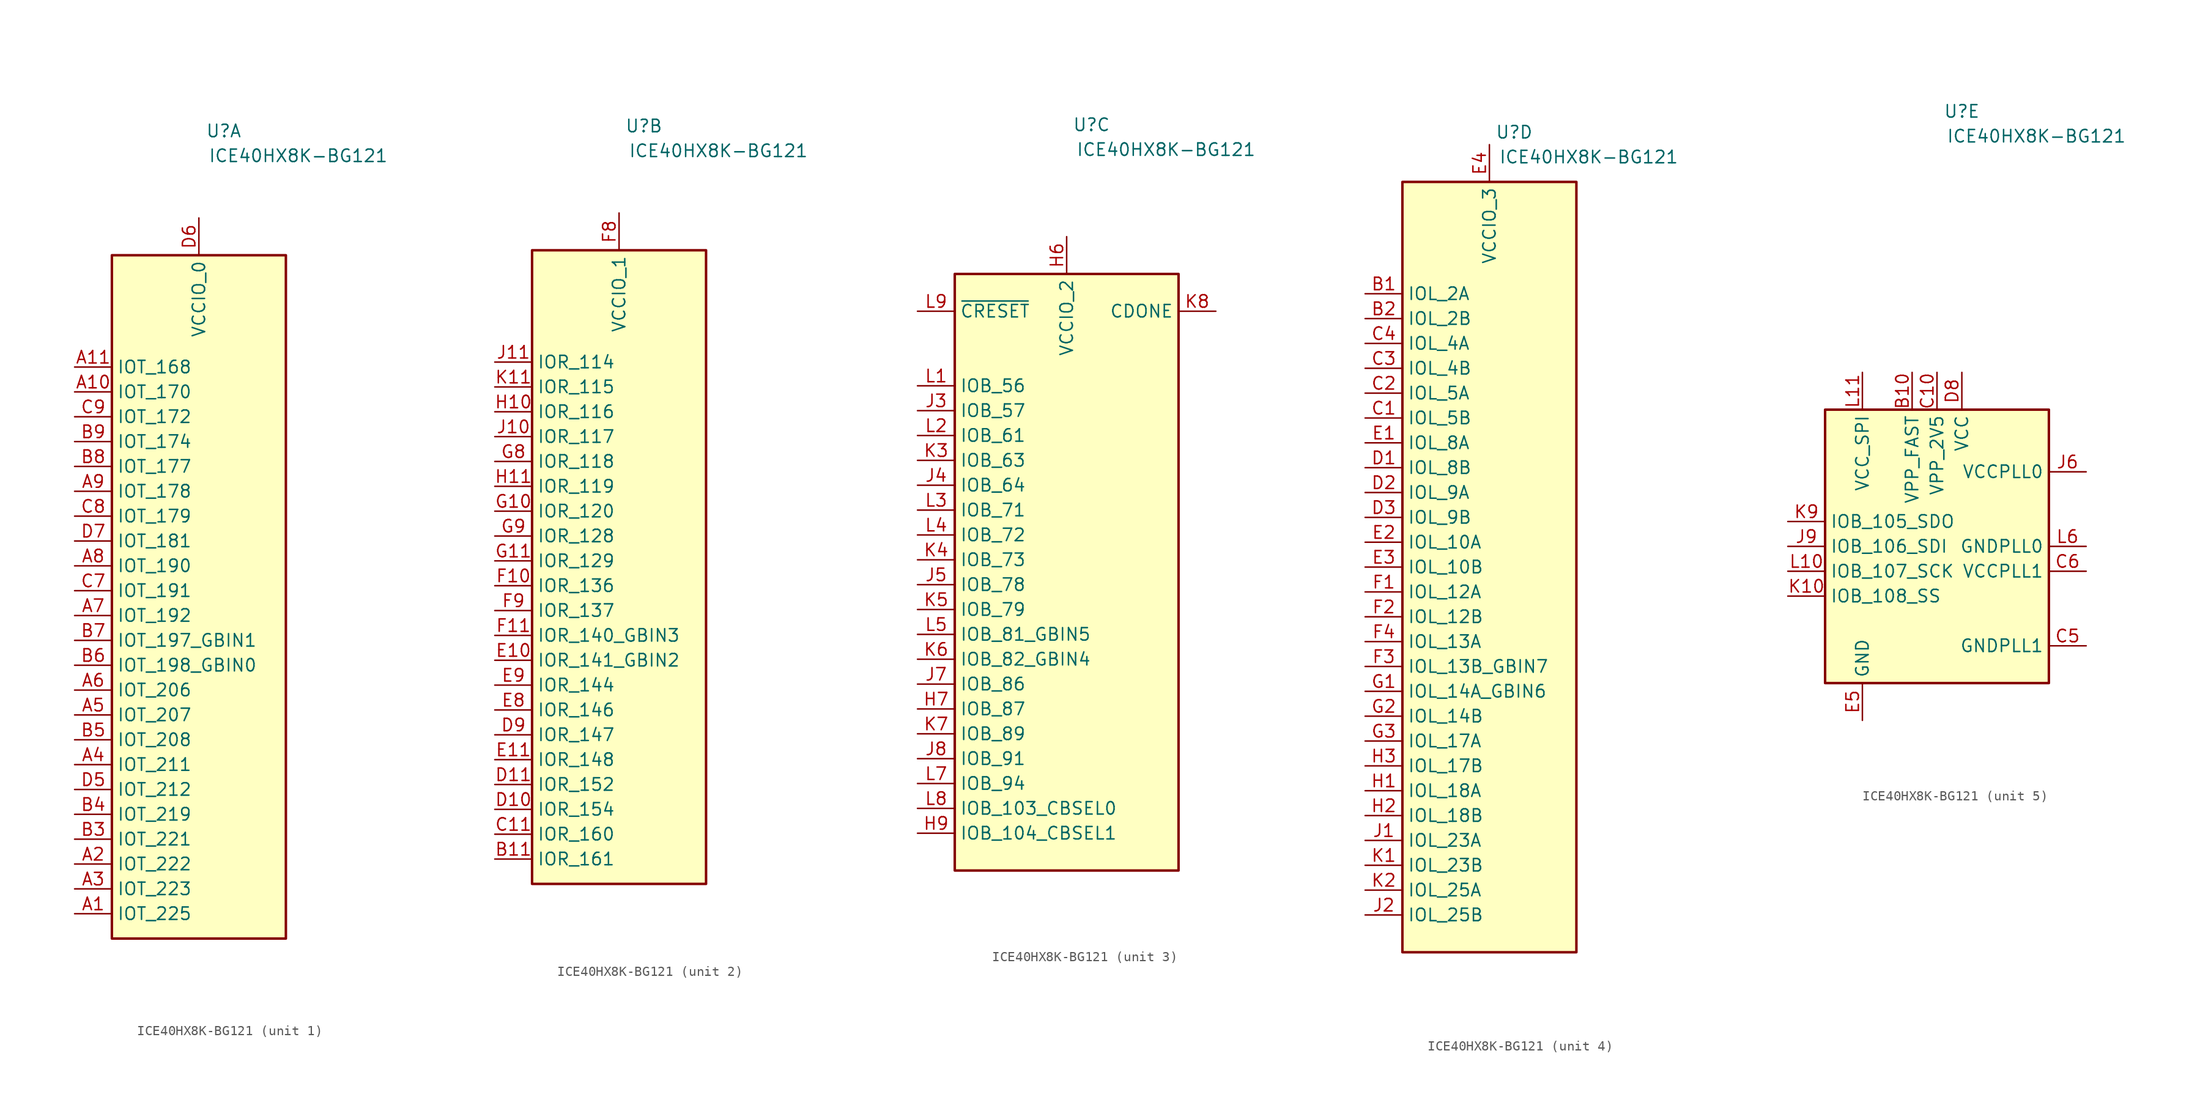
<source format=kicad_sym>
(kicad_symbol_lib
  (version 20241209)
  (generator "kicad_symbol_editor")
  (generator_version "9.0")
  (symbol "ICE40HX8K-BG121"
    (property "Reference" "U"
      (at 2.54 44.45 0)
      (effects (font (size 1.27 1.27))))
    (property "Value" "ICE40HX8K-BG121"
      (at 10.16 41.91 0)
      (effects (font (size 1.27 1.27))))
    (property "ki_locked" ""
      (at 0 0 0)
      (effects (font (size 1.27 1.27))))
    (symbol "ICE40HX8K-BG121_1_1"
      (rectangle (start -8.89 31.75) (end 8.89 -38.1) (stroke (width 0.254) (type default)) (fill (type background)))
      (pin bidirectional line (at -12.7 20.32 0) (length 3.81) (name "IOT_168" (effects (font (size 1.27 1.27)))) (number "A11" (effects (font (size 1.27 1.27)))))
      (pin bidirectional line (at -12.7 17.78 0) (length 3.81) (name "IOT_170" (effects (font (size 1.27 1.27)))) (number "A10" (effects (font (size 1.27 1.27)))))
      (pin bidirectional line (at -12.7 15.24 0) (length 3.81) (name "IOT_172" (effects (font (size 1.27 1.27)))) (number "C9" (effects (font (size 1.27 1.27)))))
      (pin bidirectional line (at -12.7 12.7 0) (length 3.81) (name "IOT_174" (effects (font (size 1.27 1.27)))) (number "B9" (effects (font (size 1.27 1.27)))))
      (pin bidirectional line (at -12.7 10.16 0) (length 3.81) (name "IOT_177" (effects (font (size 1.27 1.27)))) (number "B8" (effects (font (size 1.27 1.27)))))
      (pin bidirectional line (at -12.7 7.62 0) (length 3.81) (name "IOT_178" (effects (font (size 1.27 1.27)))) (number "A9" (effects (font (size 1.27 1.27)))))
      (pin bidirectional line (at -12.7 5.08 0) (length 3.81) (name "IOT_179" (effects (font (size 1.27 1.27)))) (number "C8" (effects (font (size 1.27 1.27)))))
      (pin bidirectional line (at -12.7 2.54 0) (length 3.81) (name "IOT_181" (effects (font (size 1.27 1.27)))) (number "D7" (effects (font (size 1.27 1.27)))))
      (pin bidirectional line (at -12.7 0 0) (length 3.81) (name "IOT_190" (effects (font (size 1.27 1.27)))) (number "A8" (effects (font (size 1.27 1.27)))))
      (pin bidirectional line (at -12.7 -2.54 0) (length 3.81) (name "IOT_191" (effects (font (size 1.27 1.27)))) (number "C7" (effects (font (size 1.27 1.27)))))
      (pin bidirectional line (at -12.7 -5.08 0) (length 3.81) (name "IOT_192" (effects (font (size 1.27 1.27)))) (number "A7" (effects (font (size 1.27 1.27)))))
      (pin bidirectional line (at -12.7 -7.62 0) (length 3.81) (name "IOT_197_GBIN1" (effects (font (size 1.27 1.27)))) (number "B7" (effects (font (size 1.27 1.27)))))
      (pin bidirectional line (at -12.7 -10.16 0) (length 3.81) (name "IOT_198_GBIN0" (effects (font (size 1.27 1.27)))) (number "B6" (effects (font (size 1.27 1.27)))))
      (pin bidirectional line (at -12.7 -12.7 0) (length 3.81) (name "IOT_206" (effects (font (size 1.27 1.27)))) (number "A6" (effects (font (size 1.27 1.27)))))
      (pin bidirectional line (at -12.7 -15.24 0) (length 3.81) (name "IOT_207" (effects (font (size 1.27 1.27)))) (number "A5" (effects (font (size 1.27 1.27)))))
      (pin bidirectional line (at -12.7 -17.78 0) (length 3.81) (name "IOT_208" (effects (font (size 1.27 1.27)))) (number "B5" (effects (font (size 1.27 1.27)))))
      (pin bidirectional line (at -12.7 -20.32 0) (length 3.81) (name "IOT_211" (effects (font (size 1.27 1.27)))) (number "A4" (effects (font (size 1.27 1.27)))))
      (pin bidirectional line (at -12.7 -22.86 0) (length 3.81) (name "IOT_212" (effects (font (size 1.27 1.27)))) (number "D5" (effects (font (size 1.27 1.27)))))
      (pin bidirectional line (at -12.7 -25.4 0) (length 3.81) (name "IOT_219" (effects (font (size 1.27 1.27)))) (number "B4" (effects (font (size 1.27 1.27)))))
      (pin bidirectional line (at -12.7 -27.94 0) (length 3.81) (name "IOT_221" (effects (font (size 1.27 1.27)))) (number "B3" (effects (font (size 1.27 1.27)))))
      (pin bidirectional line (at -12.7 -30.48 0) (length 3.81) (name "IOT_222" (effects (font (size 1.27 1.27)))) (number "A2" (effects (font (size 1.27 1.27)))))
      (pin bidirectional line (at -12.7 -33.02 0) (length 3.81) (name "IOT_223" (effects (font (size 1.27 1.27)))) (number "A3" (effects (font (size 1.27 1.27)))))
      (pin bidirectional line (at -12.7 -35.56 0) (length 3.81) (name "IOT_225" (effects (font (size 1.27 1.27)))) (number "A1" (effects (font (size 1.27 1.27)))))
      (pin power_in line (at 0 35.56 270) (length 3.81) (name "VCCIO_0" (effects (font (size 1.27 1.27)))) (number "D6" (effects (font (size 1.27 1.27))))))
    (symbol "ICE40HX8K-BG121_2_1"
      (rectangle (start -8.89 31.75) (end 8.89 -33.02) (stroke (width 0.254) (type default)) (fill (type background)))
      (pin bidirectional line (at -12.7 20.32 0) (length 3.81) (name "IOR_114" (effects (font (size 1.27 1.27)))) (number "J11" (effects (font (size 1.27 1.27)))))
      (pin bidirectional line (at -12.7 17.78 0) (length 3.81) (name "IOR_115" (effects (font (size 1.27 1.27)))) (number "K11" (effects (font (size 1.27 1.27)))))
      (pin bidirectional line (at -12.7 15.24 0) (length 3.81) (name "IOR_116" (effects (font (size 1.27 1.27)))) (number "H10" (effects (font (size 1.27 1.27)))))
      (pin bidirectional line (at -12.7 12.7 0) (length 3.81) (name "IOR_117" (effects (font (size 1.27 1.27)))) (number "J10" (effects (font (size 1.27 1.27)))))
      (pin bidirectional line (at -12.7 10.16 0) (length 3.81) (name "IOR_118" (effects (font (size 1.27 1.27)))) (number "G8" (effects (font (size 1.27 1.27)))))
      (pin bidirectional line (at -12.7 7.62 0) (length 3.81) (name "IOR_119" (effects (font (size 1.27 1.27)))) (number "H11" (effects (font (size 1.27 1.27)))))
      (pin bidirectional line (at -12.7 5.08 0) (length 3.81) (name "IOR_120" (effects (font (size 1.27 1.27)))) (number "G10" (effects (font (size 1.27 1.27)))))
      (pin bidirectional line (at -12.7 2.54 0) (length 3.81) (name "IOR_128" (effects (font (size 1.27 1.27)))) (number "G9" (effects (font (size 1.27 1.27)))))
      (pin bidirectional line (at -12.7 0 0) (length 3.81) (name "IOR_129" (effects (font (size 1.27 1.27)))) (number "G11" (effects (font (size 1.27 1.27)))))
      (pin bidirectional line (at -12.7 -2.54 0) (length 3.81) (name "IOR_136" (effects (font (size 1.27 1.27)))) (number "F10" (effects (font (size 1.27 1.27)))))
      (pin bidirectional line (at -12.7 -5.08 0) (length 3.81) (name "IOR_137" (effects (font (size 1.27 1.27)))) (number "F9" (effects (font (size 1.27 1.27)))))
      (pin bidirectional line (at -12.7 -7.62 0) (length 3.81) (name "IOR_140_GBIN3" (effects (font (size 1.27 1.27)))) (number "F11" (effects (font (size 1.27 1.27)))))
      (pin bidirectional line (at -12.7 -10.16 0) (length 3.81) (name "IOR_141_GBIN2" (effects (font (size 1.27 1.27)))) (number "E10" (effects (font (size 1.27 1.27)))))
      (pin bidirectional line (at -12.7 -12.7 0) (length 3.81) (name "IOR_144" (effects (font (size 1.27 1.27)))) (number "E9" (effects (font (size 1.27 1.27)))))
      (pin bidirectional line (at -12.7 -15.24 0) (length 3.81) (name "IOR_146" (effects (font (size 1.27 1.27)))) (number "E8" (effects (font (size 1.27 1.27)))))
      (pin bidirectional line (at -12.7 -17.78 0) (length 3.81) (name "IOR_147" (effects (font (size 1.27 1.27)))) (number "D9" (effects (font (size 1.27 1.27)))))
      (pin bidirectional line (at -12.7 -20.32 0) (length 3.81) (name "IOR_148" (effects (font (size 1.27 1.27)))) (number "E11" (effects (font (size 1.27 1.27)))))
      (pin bidirectional line (at -12.7 -22.86 0) (length 3.81) (name "IOR_152" (effects (font (size 1.27 1.27)))) (number "D11" (effects (font (size 1.27 1.27)))))
      (pin bidirectional line (at -12.7 -25.4 0) (length 3.81) (name "IOR_154" (effects (font (size 1.27 1.27)))) (number "D10" (effects (font (size 1.27 1.27)))))
      (pin bidirectional line (at -12.7 -27.94 0) (length 3.81) (name "IOR_160" (effects (font (size 1.27 1.27)))) (number "C11" (effects (font (size 1.27 1.27)))))
      (pin bidirectional line (at -12.7 -30.48 0) (length 3.81) (name "IOR_161" (effects (font (size 1.27 1.27)))) (number "B11" (effects (font (size 1.27 1.27)))))
      (pin power_in line (at 0 35.56 270) (length 3.81) (name "VCCIO_1" (effects (font (size 1.27 1.27)))) (number "F8" (effects (font (size 1.27 1.27))))))
    (symbol "ICE40HX8K-BG121_3_1"
      (rectangle (start -11.43 29.21) (end 11.43 -31.75) (stroke (width 0.254) (type default)) (fill (type background)))
      (pin input line (at -15.24 25.4 0) (length 3.81) (name "~{CRESET}" (effects (font (size 1.27 1.27)))) (number "L9" (effects (font (size 1.27 1.27)))))
      (pin bidirectional line (at -15.24 17.78 0) (length 3.81) (name "IOB_56" (effects (font (size 1.27 1.27)))) (number "L1" (effects (font (size 1.27 1.27)))))
      (pin bidirectional line (at -15.24 15.24 0) (length 3.81) (name "IOB_57" (effects (font (size 1.27 1.27)))) (number "J3" (effects (font (size 1.27 1.27)))))
      (pin bidirectional line (at -15.24 12.7 0) (length 3.81) (name "IOB_61" (effects (font (size 1.27 1.27)))) (number "L2" (effects (font (size 1.27 1.27)))))
      (pin bidirectional line (at -15.24 10.16 0) (length 3.81) (name "IOB_63" (effects (font (size 1.27 1.27)))) (number "K3" (effects (font (size 1.27 1.27)))))
      (pin bidirectional line (at -15.24 7.62 0) (length 3.81) (name "IOB_64" (effects (font (size 1.27 1.27)))) (number "J4" (effects (font (size 1.27 1.27)))))
      (pin bidirectional line (at -15.24 5.08 0) (length 3.81) (name "IOB_71" (effects (font (size 1.27 1.27)))) (number "L3" (effects (font (size 1.27 1.27)))))
      (pin bidirectional line (at -15.24 2.54 0) (length 3.81) (name "IOB_72" (effects (font (size 1.27 1.27)))) (number "L4" (effects (font (size 1.27 1.27)))))
      (pin bidirectional line (at -15.24 0 0) (length 3.81) (name "IOB_73" (effects (font (size 1.27 1.27)))) (number "K4" (effects (font (size 1.27 1.27)))))
      (pin bidirectional line (at -15.24 -2.54 0) (length 3.81) (name "IOB_78" (effects (font (size 1.27 1.27)))) (number "J5" (effects (font (size 1.27 1.27)))))
      (pin bidirectional line (at -15.24 -5.08 0) (length 3.81) (name "IOB_79" (effects (font (size 1.27 1.27)))) (number "K5" (effects (font (size 1.27 1.27)))))
      (pin bidirectional line (at -15.24 -7.62 0) (length 3.81) (name "IOB_81_GBIN5" (effects (font (size 1.27 1.27)))) (number "L5" (effects (font (size 1.27 1.27)))))
      (pin bidirectional line (at -15.24 -10.16 0) (length 3.81) (name "IOB_82_GBIN4" (effects (font (size 1.27 1.27)))) (number "K6" (effects (font (size 1.27 1.27)))))
      (pin bidirectional line (at -15.24 -12.7 0) (length 3.81) (name "IOB_86" (effects (font (size 1.27 1.27)))) (number "J7" (effects (font (size 1.27 1.27)))))
      (pin bidirectional line (at -15.24 -15.24 0) (length 3.81) (name "IOB_87" (effects (font (size 1.27 1.27)))) (number "H7" (effects (font (size 1.27 1.27)))))
      (pin bidirectional line (at -15.24 -17.78 0) (length 3.81) (name "IOB_89" (effects (font (size 1.27 1.27)))) (number "K7" (effects (font (size 1.27 1.27)))))
      (pin bidirectional line (at -15.24 -20.32 0) (length 3.81) (name "IOB_91" (effects (font (size 1.27 1.27)))) (number "J8" (effects (font (size 1.27 1.27)))))
      (pin bidirectional line (at -15.24 -22.86 0) (length 3.81) (name "IOB_94" (effects (font (size 1.27 1.27)))) (number "L7" (effects (font (size 1.27 1.27)))))
      (pin bidirectional line (at -15.24 -25.4 0) (length 3.81) (name "IOB_103_CBSEL0" (effects (font (size 1.27 1.27)))) (number "L8" (effects (font (size 1.27 1.27)))))
      (pin bidirectional line (at -15.24 -27.94 0) (length 3.81) (name "IOB_104_CBSEL1" (effects (font (size 1.27 1.27)))) (number "H9" (effects (font (size 1.27 1.27)))))
      (pin power_in line (at 0 33.02 270) (length 3.81) (name "VCCIO_2" (effects (font (size 1.27 1.27)))) (number "H6" (effects (font (size 1.27 1.27)))))
      (pin open_collector line (at 15.24 25.4 180) (length 3.81) (name "CDONE" (effects (font (size 1.27 1.27)))) (number "K8" (effects (font (size 1.27 1.27))))))
    (symbol "ICE40HX8K-BG121_4_1"
      (rectangle (start -8.89 39.37) (end 8.89 -39.37) (stroke (width 0.254) (type default)) (fill (type background)))
      (pin bidirectional line (at -12.7 27.94 0) (length 3.81) (name "IOL_2A" (effects (font (size 1.27 1.27)))) (number "B1" (effects (font (size 1.27 1.27)))))
      (pin bidirectional line (at -12.7 25.4 0) (length 3.81) (name "IOL_2B" (effects (font (size 1.27 1.27)))) (number "B2" (effects (font (size 1.27 1.27)))))
      (pin bidirectional line (at -12.7 22.86 0) (length 3.81) (name "IOL_4A" (effects (font (size 1.27 1.27)))) (number "C4" (effects (font (size 1.27 1.27)))))
      (pin bidirectional line (at -12.7 20.32 0) (length 3.81) (name "IOL_4B" (effects (font (size 1.27 1.27)))) (number "C3" (effects (font (size 1.27 1.27)))))
      (pin bidirectional line (at -12.7 17.78 0) (length 3.81) (name "IOL_5A" (effects (font (size 1.27 1.27)))) (number "C2" (effects (font (size 1.27 1.27)))))
      (pin bidirectional line (at -12.7 15.24 0) (length 3.81) (name "IOL_5B" (effects (font (size 1.27 1.27)))) (number "C1" (effects (font (size 1.27 1.27)))))
      (pin bidirectional line (at -12.7 12.7 0) (length 3.81) (name "IOL_8A" (effects (font (size 1.27 1.27)))) (number "E1" (effects (font (size 1.27 1.27)))))
      (pin bidirectional line (at -12.7 10.16 0) (length 3.81) (name "IOL_8B" (effects (font (size 1.27 1.27)))) (number "D1" (effects (font (size 1.27 1.27)))))
      (pin bidirectional line (at -12.7 7.62 0) (length 3.81) (name "IOL_9A" (effects (font (size 1.27 1.27)))) (number "D2" (effects (font (size 1.27 1.27)))))
      (pin bidirectional line (at -12.7 5.08 0) (length 3.81) (name "IOL_9B" (effects (font (size 1.27 1.27)))) (number "D3" (effects (font (size 1.27 1.27)))))
      (pin bidirectional line (at -12.7 2.54 0) (length 3.81) (name "IOL_10A" (effects (font (size 1.27 1.27)))) (number "E2" (effects (font (size 1.27 1.27)))))
      (pin bidirectional line (at -12.7 0 0) (length 3.81) (name "IOL_10B" (effects (font (size 1.27 1.27)))) (number "E3" (effects (font (size 1.27 1.27)))))
      (pin bidirectional line (at -12.7 -2.54 0) (length 3.81) (name "IOL_12A" (effects (font (size 1.27 1.27)))) (number "F1" (effects (font (size 1.27 1.27)))))
      (pin bidirectional line (at -12.7 -5.08 0) (length 3.81) (name "IOL_12B" (effects (font (size 1.27 1.27)))) (number "F2" (effects (font (size 1.27 1.27)))))
      (pin bidirectional line (at -12.7 -7.62 0) (length 3.81) (name "IOL_13A" (effects (font (size 1.27 1.27)))) (number "F4" (effects (font (size 1.27 1.27)))))
      (pin bidirectional line (at -12.7 -10.16 0) (length 3.81) (name "IOL_13B_GBIN7" (effects (font (size 1.27 1.27)))) (number "F3" (effects (font (size 1.27 1.27)))))
      (pin bidirectional line (at -12.7 -12.7 0) (length 3.81) (name "IOL_14A_GBIN6" (effects (font (size 1.27 1.27)))) (number "G1" (effects (font (size 1.27 1.27)))))
      (pin bidirectional line (at -12.7 -15.24 0) (length 3.81) (name "IOL_14B" (effects (font (size 1.27 1.27)))) (number "G2" (effects (font (size 1.27 1.27)))))
      (pin bidirectional line (at -12.7 -17.78 0) (length 3.81) (name "IOL_17A" (effects (font (size 1.27 1.27)))) (number "G3" (effects (font (size 1.27 1.27)))))
      (pin bidirectional line (at -12.7 -20.32 0) (length 3.81) (name "IOL_17B" (effects (font (size 1.27 1.27)))) (number "H3" (effects (font (size 1.27 1.27)))))
      (pin bidirectional line (at -12.7 -22.86 0) (length 3.81) (name "IOL_18A" (effects (font (size 1.27 1.27)))) (number "H1" (effects (font (size 1.27 1.27)))))
      (pin bidirectional line (at -12.7 -25.4 0) (length 3.81) (name "IOL_18B" (effects (font (size 1.27 1.27)))) (number "H2" (effects (font (size 1.27 1.27)))))
      (pin bidirectional line (at -12.7 -27.94 0) (length 3.81) (name "IOL_23A" (effects (font (size 1.27 1.27)))) (number "J1" (effects (font (size 1.27 1.27)))))
      (pin bidirectional line (at -12.7 -30.48 0) (length 3.81) (name "IOL_23B" (effects (font (size 1.27 1.27)))) (number "K1" (effects (font (size 1.27 1.27)))))
      (pin bidirectional line (at -12.7 -33.02 0) (length 3.81) (name "IOL_25A" (effects (font (size 1.27 1.27)))) (number "K2" (effects (font (size 1.27 1.27)))))
      (pin bidirectional line (at -12.7 -35.56 0) (length 3.81) (name "IOL_25B" (effects (font (size 1.27 1.27)))) (number "J2" (effects (font (size 1.27 1.27)))))
      (pin power_in line (at 0 43.18 270) (length 3.81) (name "VCCIO_3" (effects (font (size 1.27 1.27)))) (number "E4" (effects (font (size 1.27 1.27)))))
      (pin passive line (at 0 43.18 270) (length 3.81) hide (name "VCCIO_3" (effects (font (size 1.27 1.27)))) (number "G4" (effects (font (size 1.27 1.27))))))
    (symbol "ICE40HX8K-BG121_5_1"
      (rectangle (start -11.43 13.97) (end 11.43 -13.97) (stroke (width 0.254) (type default)) (fill (type background)))
      (pin bidirectional line (at -15.24 2.54 0) (length 3.81) (name "IOB_105_SDO" (effects (font (size 1.27 1.27)))) (number "K9" (effects (font (size 1.27 1.27)))))
      (pin bidirectional line (at -15.24 0 0) (length 3.81) (name "IOB_106_SDI" (effects (font (size 1.27 1.27)))) (number "J9" (effects (font (size 1.27 1.27)))))
      (pin bidirectional line (at -15.24 -2.54 0) (length 3.81) (name "IOB_107_SCK" (effects (font (size 1.27 1.27)))) (number "L10" (effects (font (size 1.27 1.27)))))
      (pin bidirectional line (at -15.24 -5.08 0) (length 3.81) (name "IOB_108_SS" (effects (font (size 1.27 1.27)))) (number "K10" (effects (font (size 1.27 1.27)))))
      (pin power_in line (at -7.62 17.78 270) (length 3.81) (name "VCC_SPI" (effects (font (size 1.27 1.27)))) (number "L11" (effects (font (size 1.27 1.27)))))
      (pin power_in line (at -7.62 -17.78 90) (length 3.81) (name "GND" (effects (font (size 1.27 1.27)))) (number "E5" (effects (font (size 1.27 1.27)))))
      (pin passive line (at -7.62 -17.78 90) (length 3.81) hide (name "GND" (effects (font (size 1.27 1.27)))) (number "E6" (effects (font (size 1.27 1.27)))))
      (pin passive line (at -7.62 -17.78 90) (length 3.81) hide (name "GND" (effects (font (size 1.27 1.27)))) (number "E7" (effects (font (size 1.27 1.27)))))
      (pin passive line (at -7.62 -17.78 90) (length 3.81) hide (name "GND" (effects (font (size 1.27 1.27)))) (number "F5" (effects (font (size 1.27 1.27)))))
      (pin passive line (at -7.62 -17.78 90) (length 3.81) hide (name "GND" (effects (font (size 1.27 1.27)))) (number "F6" (effects (font (size 1.27 1.27)))))
      (pin passive line (at -7.62 -17.78 90) (length 3.81) hide (name "GND" (effects (font (size 1.27 1.27)))) (number "F7" (effects (font (size 1.27 1.27)))))
      (pin passive line (at -7.62 -17.78 90) (length 3.81) hide (name "GND" (effects (font (size 1.27 1.27)))) (number "G5" (effects (font (size 1.27 1.27)))))
      (pin passive line (at -7.62 -17.78 90) (length 3.81) hide (name "GND" (effects (font (size 1.27 1.27)))) (number "G6" (effects (font (size 1.27 1.27)))))
      (pin passive line (at -7.62 -17.78 90) (length 3.81) hide (name "GND" (effects (font (size 1.27 1.27)))) (number "G7" (effects (font (size 1.27 1.27)))))
      (pin passive line (at -7.62 -17.78 90) (length 3.81) hide (name "GND" (effects (font (size 1.27 1.27)))) (number "H5" (effects (font (size 1.27 1.27)))))
      (pin power_in line (at -2.54 17.78 270) (length 3.81) (name "VPP_FAST" (effects (font (size 1.27 1.27)))) (number "B10" (effects (font (size 1.27 1.27)))))
      (pin power_in line (at 0 17.78 270) (length 3.81) (name "VPP_2V5" (effects (font (size 1.27 1.27)))) (number "C10" (effects (font (size 1.27 1.27)))))
      (pin passive line (at 2.54 17.78 270) (length 3.81) hide (name "VCC" (effects (font (size 1.27 1.27)))) (number "D4" (effects (font (size 1.27 1.27)))))
      (pin power_in line (at 2.54 17.78 270) (length 3.81) (name "VCC" (effects (font (size 1.27 1.27)))) (number "D8" (effects (font (size 1.27 1.27)))))
      (pin passive line (at 2.54 17.78 270) (length 3.81) hide (name "VCC" (effects (font (size 1.27 1.27)))) (number "H4" (effects (font (size 1.27 1.27)))))
      (pin passive line (at 2.54 17.78 270) (length 3.81) hide (name "VCC" (effects (font (size 1.27 1.27)))) (number "H8" (effects (font (size 1.27 1.27)))))
      (pin power_in line (at 15.24 7.62 180) (length 3.81) (name "VCCPLL0" (effects (font (size 1.27 1.27)))) (number "J6" (effects (font (size 1.27 1.27)))))
      (pin power_in line (at 15.24 0 180) (length 3.81) (name "GNDPLL0" (effects (font (size 1.27 1.27)))) (number "L6" (effects (font (size 1.27 1.27)))))
      (pin power_in line (at 15.24 -2.54 180) (length 3.81) (name "VCCPLL1" (effects (font (size 1.27 1.27)))) (number "C6" (effects (font (size 1.27 1.27)))))
      (pin power_in line (at 15.24 -10.16 180) (length 3.81) (name "GNDPLL1" (effects (font (size 1.27 1.27)))) (number "C5" (effects (font (size 1.27 1.27))))))))
</source>
